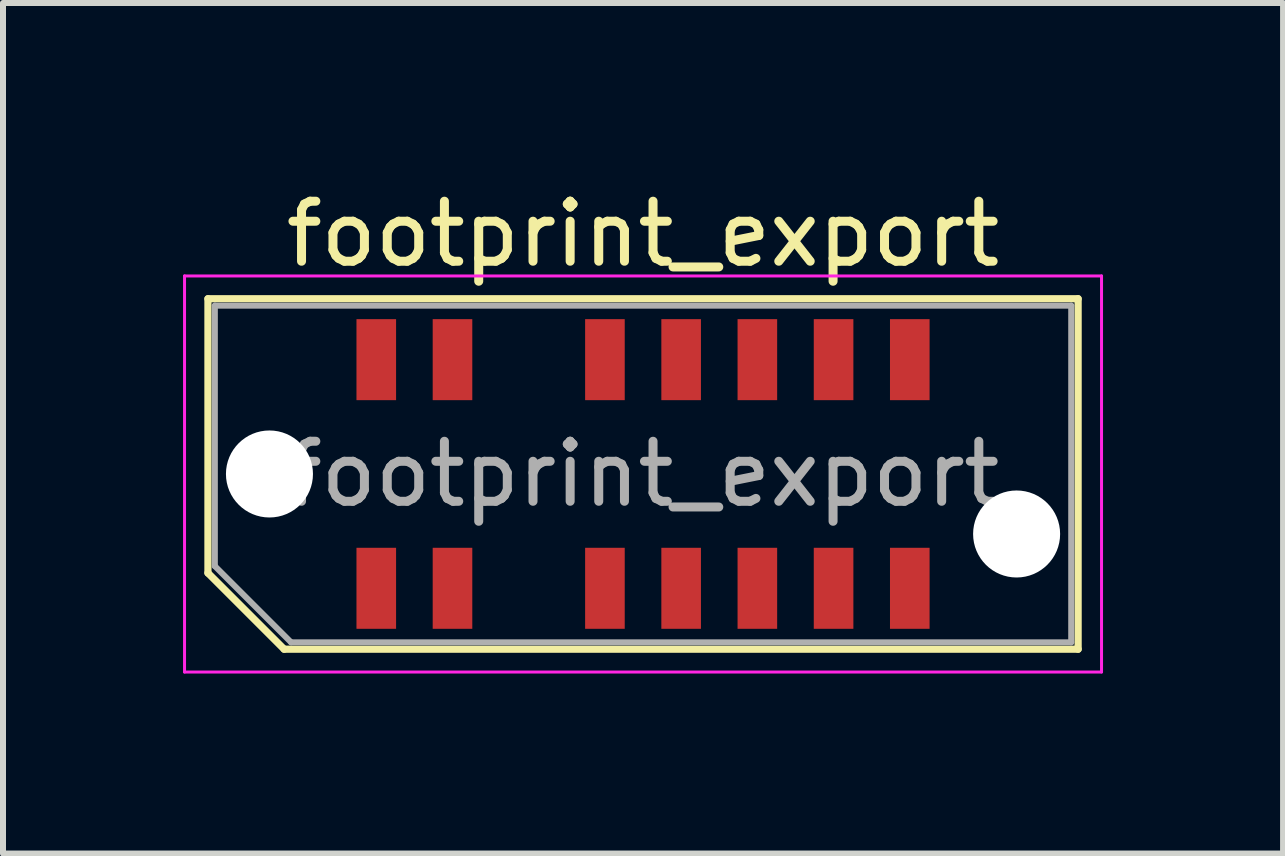
<source format=kicad_pcb>
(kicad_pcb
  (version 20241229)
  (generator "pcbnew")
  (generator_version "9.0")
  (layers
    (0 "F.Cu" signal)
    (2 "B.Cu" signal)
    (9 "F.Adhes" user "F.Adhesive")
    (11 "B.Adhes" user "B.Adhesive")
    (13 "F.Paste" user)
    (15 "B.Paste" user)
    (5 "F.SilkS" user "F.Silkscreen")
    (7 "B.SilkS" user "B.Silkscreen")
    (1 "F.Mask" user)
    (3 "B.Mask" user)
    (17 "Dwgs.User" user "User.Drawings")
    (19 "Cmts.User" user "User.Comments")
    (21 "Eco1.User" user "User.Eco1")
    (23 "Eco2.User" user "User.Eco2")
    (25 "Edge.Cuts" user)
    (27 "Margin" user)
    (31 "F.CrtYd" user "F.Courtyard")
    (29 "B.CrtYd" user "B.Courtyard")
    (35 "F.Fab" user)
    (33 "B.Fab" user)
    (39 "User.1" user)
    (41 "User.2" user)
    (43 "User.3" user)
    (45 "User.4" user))
  (footprint "footprint_export"
    (layer "F.Cu")
    (at 7.665 4.848)
    (property "Reference" "footprint_export" (at 0 -4 0) (layer "F.SilkS") (effects (font (size 1 1) (thickness 0.15))))
    (attr smd)
    (fp_line (start -7.25 -2.92) (end 7.25 -2.92) (stroke (width 0.12) (type solid)) (layer "F.SilkS"))
    (fp_line (start -7.25 1.65) (end -7.25 -2.92) (stroke (width 0.12) (type solid)) (layer "F.SilkS"))
    (fp_line (start -5.98 2.92) (end -7.25 1.65) (stroke (width 0.12) (type solid)) (layer "F.SilkS"))
    (fp_line (start -5.98 2.92) (end 7.25 2.92) (stroke (width 0.12) (type solid)) (layer "F.SilkS"))
    (fp_line (start 7.25 2.92) (end 7.25 -2.92) (stroke (width 0.12) (type solid)) (layer "F.SilkS"))
    (fp_line (start -7.64 -3.3) (end -7.64 3.3) (stroke (width 0.05) (type solid)) (layer "F.CrtYd"))
    (fp_line (start -7.64 3.3) (end 7.64 3.3) (stroke (width 0.05) (type solid)) (layer "F.CrtYd"))
    (fp_line (start 7.64 -3.3) (end -7.64 -3.3) (stroke (width 0.05) (type solid)) (layer "F.CrtYd"))
    (fp_line (start 7.64 3.3) (end 7.64 -3.3) (stroke (width 0.05) (type solid)) (layer "F.CrtYd"))
    (fp_line (start -7.135 -2.805) (end 7.135 -2.805) (stroke (width 0.1) (type solid)) (layer "F.Fab"))
    (fp_line (start -7.135 1.535) (end -7.135 -2.805) (stroke (width 0.1) (type solid)) (layer "F.Fab"))
    (fp_line (start -7.135 1.535) (end -5.865 2.805) (stroke (width 0.1) (type solid)) (layer "F.Fab"))
    (fp_line (start -5.865 2.805) (end 7.135 2.805) (stroke (width 0.1) (type solid)) (layer "F.Fab"))
    (fp_line (start 7.135 2.805) (end 7.135 -2.805) (stroke (width 0.1) (type solid)) (layer "F.Fab"))
    (fp_text user "${REFERENCE}" (at 0 0 0) (layer "F.Fab") (effects (font (size 1 1) (thickness 0.15))))
    (pad "" np_thru_hole circle (at -6.225 0) (size 1.45 1.45) (drill 1.45) (layers "*.Cu" "*.Mask"))
    (pad "" np_thru_hole circle (at 6.225 1) (size 1.45 1.45) (drill 1.45) (layers "*.Cu" "*.Mask"))
    (pad "1" smd rect (at -4.445 1.905) (size 0.66 1.35) (layers "F.Cu" "F.Mask" "F.Paste"))
    (pad "2" smd rect (at -4.445 -1.905) (size 0.66 1.35) (layers "F.Cu" "F.Mask" "F.Paste"))
    (pad "3" smd rect (at -3.175 1.905) (size 0.66 1.35) (layers "F.Cu" "F.Mask" "F.Paste"))
    (pad "4" smd rect (at -3.175 -1.905) (size 0.66 1.35) (layers "F.Cu" "F.Mask" "F.Paste"))
    (pad "7" smd rect (at -0.635 1.905) (size 0.66 1.35) (layers "F.Cu" "F.Mask" "F.Paste"))
    (pad "8" smd rect (at -0.635 -1.905) (size 0.66 1.35) (layers "F.Cu" "F.Mask" "F.Paste"))
    (pad "9" smd rect (at 0.635 1.905) (size 0.66 1.35) (layers "F.Cu" "F.Mask" "F.Paste"))
    (pad "10" smd rect (at 0.635 -1.905) (size 0.66 1.35) (layers "F.Cu" "F.Mask" "F.Paste"))
    (pad "11" smd rect (at 1.905 1.905) (size 0.66 1.35) (layers "F.Cu" "F.Mask" "F.Paste"))
    (pad "12" smd rect (at 1.905 -1.905) (size 0.66 1.35) (layers "F.Cu" "F.Mask" "F.Paste"))
    (pad "13" smd rect (at 3.175 1.905) (size 0.66 1.35) (layers "F.Cu" "F.Mask" "F.Paste"))
    (pad "14" smd rect (at 3.175 -1.905) (size 0.66 1.35) (layers "F.Cu" "F.Mask" "F.Paste"))
    (pad "15" smd rect (at 4.445 1.905) (size 0.66 1.35) (layers "F.Cu" "F.Mask" "F.Paste"))
    (pad "16" smd rect (at 4.445 -1.905) (size 0.66 1.35) (layers "F.Cu" "F.Mask" "F.Paste")))
  (gr_rect
    (start -3 -3)
    (end 18.33 11.173)
    (stroke (width 0.1) (type default))
    (fill no)
    (layer "Edge.Cuts")))
</source>
